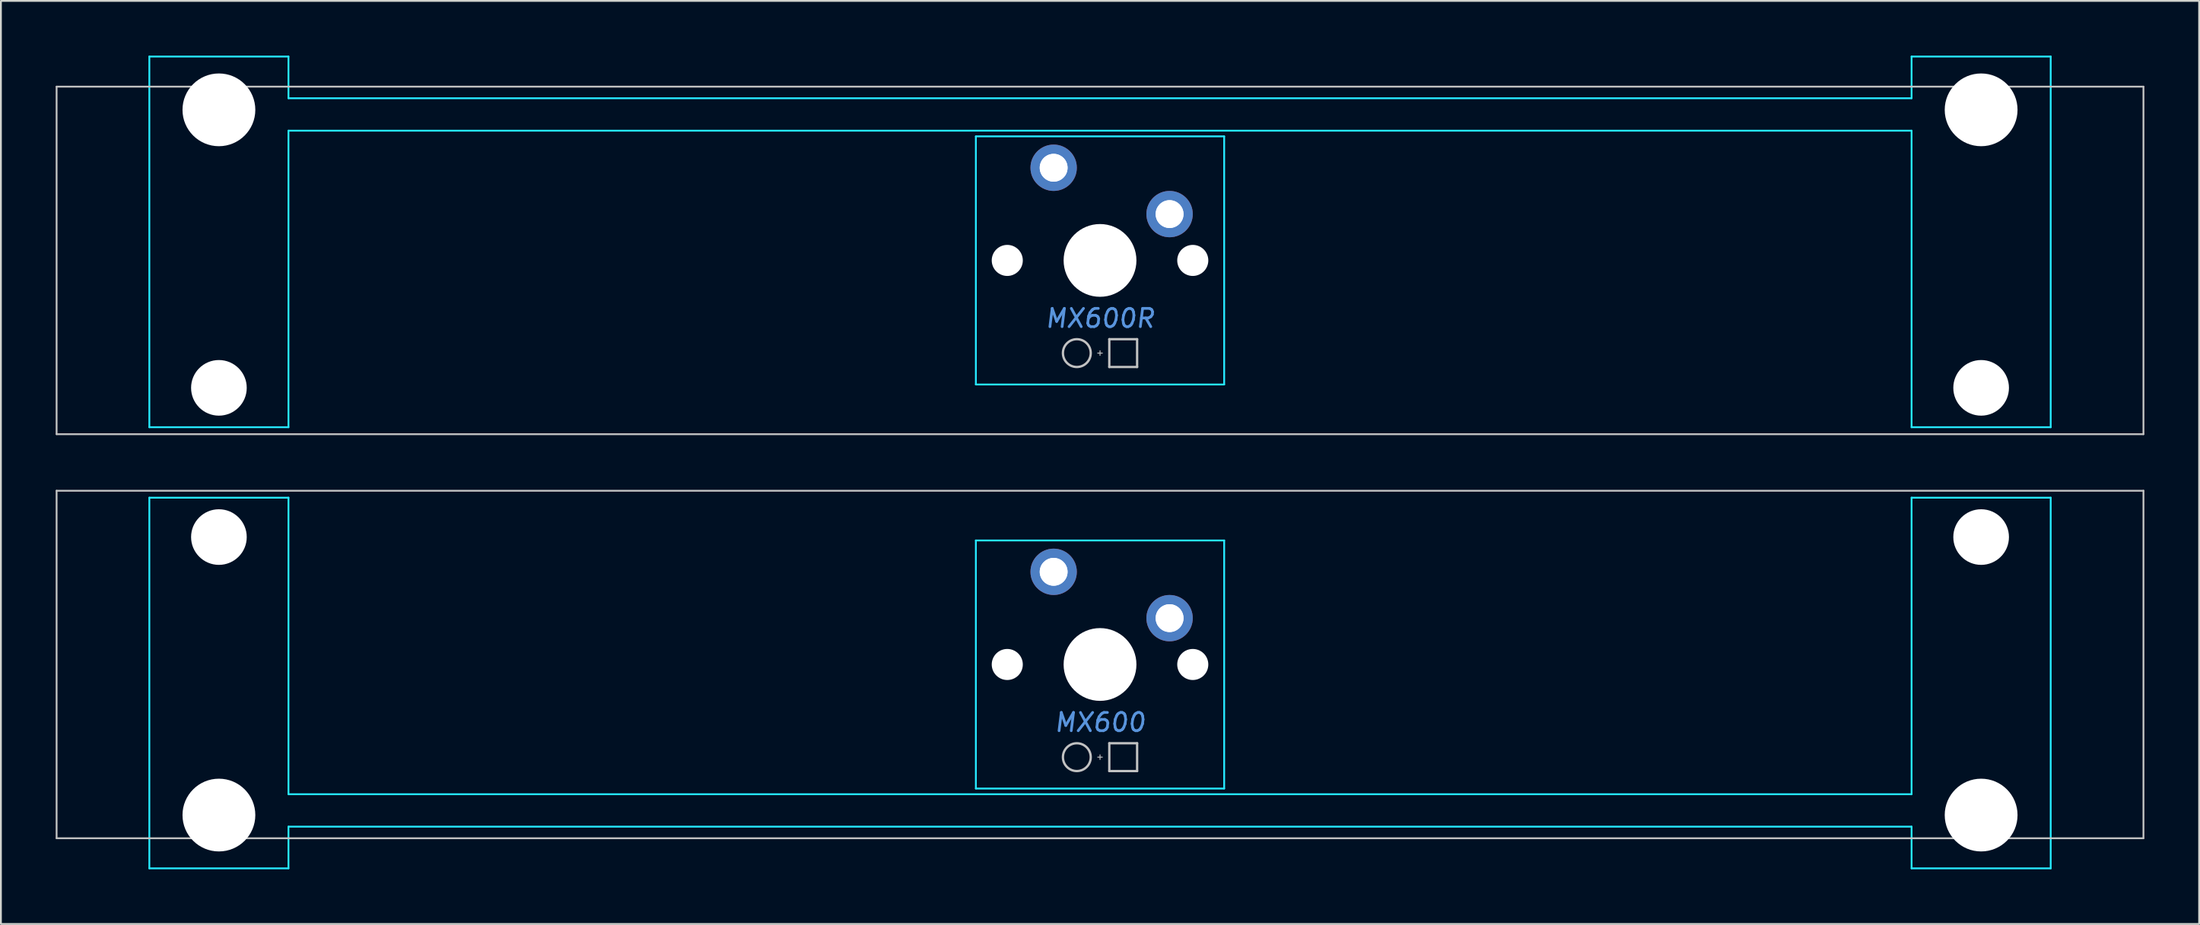
<source format=kicad_pcb>
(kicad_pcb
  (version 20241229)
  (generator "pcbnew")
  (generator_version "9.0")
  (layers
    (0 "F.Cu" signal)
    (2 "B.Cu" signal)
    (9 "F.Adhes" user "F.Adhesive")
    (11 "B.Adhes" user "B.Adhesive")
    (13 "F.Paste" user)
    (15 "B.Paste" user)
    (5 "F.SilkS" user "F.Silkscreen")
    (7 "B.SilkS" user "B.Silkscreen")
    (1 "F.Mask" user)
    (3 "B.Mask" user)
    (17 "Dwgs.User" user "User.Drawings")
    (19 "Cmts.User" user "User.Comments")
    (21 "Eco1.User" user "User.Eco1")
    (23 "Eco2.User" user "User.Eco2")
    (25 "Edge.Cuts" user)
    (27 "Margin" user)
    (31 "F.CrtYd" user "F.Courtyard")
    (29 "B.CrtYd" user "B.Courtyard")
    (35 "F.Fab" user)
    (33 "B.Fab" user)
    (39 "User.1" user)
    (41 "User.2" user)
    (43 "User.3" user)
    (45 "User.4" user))
  (footprint "MX600"
    (layer "F.Cu")
    (at 57.2 33.376)
    (property "Reference" "MX600" (at 0 3.175 0) (layer "Cmts.User") (effects (font (size 1 1) (thickness 0.15) (italic yes))))
    (attr through_hole)
    (fp_line (start -57.15 -9.525) (end -57.15 9.525) (stroke (width 0.1) (type solid)) (layer "Dwgs.User"))
    (fp_line (start -57.15 -9.525) (end 57.15 -9.525) (stroke (width 0.1) (type solid)) (layer "Dwgs.User"))
    (fp_line (start -57.15 9.525) (end 57.15 9.525) (stroke (width 0.1) (type solid)) (layer "Dwgs.User"))
    (fp_line (start -0.127 5.08) (end 0.127 5.08) (stroke (width 0.051) (type solid)) (layer "Dwgs.User"))
    (fp_line (start 0 5.207) (end 0 4.953) (stroke (width 0.051) (type solid)) (layer "Dwgs.User"))
    (fp_line (start 0.508 4.318) (end 0.508 5.842) (stroke (width 0.127) (type solid)) (layer "Dwgs.User"))
    (fp_line (start 0.508 4.318) (end 2.032 4.318) (stroke (width 0.127) (type solid)) (layer "Dwgs.User"))
    (fp_line (start 0.508 5.842) (end 2.032 5.842) (stroke (width 0.127) (type solid)) (layer "Dwgs.User"))
    (fp_line (start 2.032 5.842) (end 2.032 4.318) (stroke (width 0.127) (type solid)) (layer "Dwgs.User"))
    (fp_line (start 57.15 -9.525) (end 57.15 9.525) (stroke (width 0.1) (type solid)) (layer "Dwgs.User"))
    (fp_circle (center -1.27 5.08) (end -0.508 5.08) (stroke (width 0.127) (type solid)) (fill no) (layer "Dwgs.User"))
    (fp_line (start -52.07 -9.144) (end -52.07 11.176) (stroke (width 0.1) (type solid)) (layer "B.CrtYd"))
    (fp_line (start -52.07 -9.144) (end -44.45 -9.144) (stroke (width 0.1) (type solid)) (layer "B.CrtYd"))
    (fp_line (start -52.07 11.176) (end -44.45 11.176) (stroke (width 0.1) (type solid)) (layer "B.CrtYd"))
    (fp_line (start -44.45 7.112) (end -44.45 -9.144) (stroke (width 0.1) (type solid)) (layer "B.CrtYd"))
    (fp_line (start -44.45 7.112) (end 44.45 7.112) (stroke (width 0.1) (type solid)) (layer "B.CrtYd"))
    (fp_line (start -44.45 8.89) (end -44.45 11.176) (stroke (width 0.1) (type solid)) (layer "B.CrtYd"))
    (fp_line (start -44.45 8.89) (end 44.45 8.89) (stroke (width 0.1) (type solid)) (layer "B.CrtYd"))
    (fp_line (start -6.8 -6.8) (end -6.8 6.8) (stroke (width 0.1) (type solid)) (layer "B.CrtYd"))
    (fp_line (start -6.8 -6.8) (end 6.8 -6.8) (stroke (width 0.1) (type solid)) (layer "B.CrtYd"))
    (fp_line (start -6.8 6.8) (end 6.8 6.8) (stroke (width 0.1) (type solid)) (layer "B.CrtYd"))
    (fp_line (start 6.8 6.8) (end 6.8 -6.8) (stroke (width 0.1) (type solid)) (layer "B.CrtYd"))
    (fp_line (start 44.45 -9.144) (end 52.07 -9.144) (stroke (width 0.1) (type solid)) (layer "B.CrtYd"))
    (fp_line (start 44.45 7.112) (end 44.45 -9.144) (stroke (width 0.1) (type solid)) (layer "B.CrtYd"))
    (fp_line (start 44.45 8.89) (end 44.45 11.176) (stroke (width 0.1) (type solid)) (layer "B.CrtYd"))
    (fp_line (start 44.45 11.176) (end 52.07 11.176) (stroke (width 0.1) (type solid)) (layer "B.CrtYd"))
    (fp_line (start 52.07 -9.144) (end 52.07 11.176) (stroke (width 0.1) (type solid)) (layer "B.CrtYd"))
    (pad "" np_thru_hole circle (at -48.26 -6.985 180) (size 3.048 3.048) (drill 3.048) (layers "*.Cu" "*.Mask"))
    (pad "" np_thru_hole circle (at -48.26 8.255 180) (size 3.988 3.988) (drill 3.988) (layers "*.Cu" "*.Mask"))
    (pad "" np_thru_hole circle (at -5.08 0) (size 1.702 1.702) (drill 1.702) (layers "*.Cu" "*.Mask"))
    (pad "" connect circle (at -2.54 -5.08) (size 1.524 1.524) (layers "B.Mask"))
    (pad "" np_thru_hole circle (at 0 0) (size 3.988 3.988) (drill 3.988) (layers "*.Cu" "*.Mask"))
    (pad "" connect circle (at 3.81 -2.54) (size 1.524 1.524) (layers "B.Mask"))
    (pad "" np_thru_hole circle (at 5.08 0) (size 1.702 1.702) (drill 1.702) (layers "*.Cu" "*.Mask"))
    (pad "" np_thru_hole circle (at 48.26 -6.985 180) (size 3.048 3.048) (drill 3.048) (layers "*.Cu" "*.Mask"))
    (pad "" np_thru_hole circle (at 48.26 8.255 180) (size 3.988 3.988) (drill 3.988) (layers "*.Cu" "*.Mask"))
    (pad "1" thru_hole circle (at -2.54 -5.08) (size 2.032 2.032) (drill 1.524) (layers "B.Cu"))
    (pad "1" thru_hole circle (at -2.54 -5.08) (size 2.54 2.54) (drill 1.524) (layers "F.Cu" "F.Mask"))
    (pad "2" thru_hole circle (at 3.81 -2.54) (size 2.032 2.032) (drill 1.524) (layers "B.Cu"))
    (pad "2" thru_hole circle (at 3.81 -2.54) (size 2.54 2.54) (drill 1.524) (layers "F.Cu" "F.Mask")))
  (footprint "MX600R"
    (layer "F.Cu")
    (at 57.2 11.226)
    (property "Reference" "MX600R" (at 0 3.175 0) (layer "Cmts.User") (effects (font (size 1 1) (thickness 0.15) (italic yes))))
    (attr through_hole)
    (fp_line (start -57.15 -9.525) (end -57.15 9.525) (stroke (width 0.1) (type solid)) (layer "Dwgs.User"))
    (fp_line (start -57.15 -9.525) (end 57.15 -9.525) (stroke (width 0.1) (type solid)) (layer "Dwgs.User"))
    (fp_line (start -57.15 9.525) (end 57.15 9.525) (stroke (width 0.1) (type solid)) (layer "Dwgs.User"))
    (fp_line (start -0.127 5.08) (end 0.127 5.08) (stroke (width 0.051) (type solid)) (layer "Dwgs.User"))
    (fp_line (start 0 5.207) (end 0 4.953) (stroke (width 0.051) (type solid)) (layer "Dwgs.User"))
    (fp_line (start 0.508 4.318) (end 0.508 5.842) (stroke (width 0.127) (type solid)) (layer "Dwgs.User"))
    (fp_line (start 0.508 4.318) (end 2.032 4.318) (stroke (width 0.127) (type solid)) (layer "Dwgs.User"))
    (fp_line (start 0.508 5.842) (end 2.032 5.842) (stroke (width 0.127) (type solid)) (layer "Dwgs.User"))
    (fp_line (start 2.032 5.842) (end 2.032 4.318) (stroke (width 0.127) (type solid)) (layer "Dwgs.User"))
    (fp_line (start 57.15 -9.525) (end 57.15 9.525) (stroke (width 0.1) (type solid)) (layer "Dwgs.User"))
    (fp_circle (center -1.27 5.08) (end -0.508 5.08) (stroke (width 0.127) (type solid)) (fill no) (layer "Dwgs.User"))
    (fp_line (start -52.07 9.144) (end -52.07 -11.176) (stroke (width 0.1) (type solid)) (layer "B.CrtYd"))
    (fp_line (start -44.45 -11.176) (end -52.07 -11.176) (stroke (width 0.1) (type solid)) (layer "B.CrtYd"))
    (fp_line (start -44.45 -8.89) (end -44.45 -11.176) (stroke (width 0.1) (type solid)) (layer "B.CrtYd"))
    (fp_line (start -44.45 -7.112) (end -44.45 9.144) (stroke (width 0.1) (type solid)) (layer "B.CrtYd"))
    (fp_line (start -44.45 9.144) (end -52.07 9.144) (stroke (width 0.1) (type solid)) (layer "B.CrtYd"))
    (fp_line (start -6.8 -6.8) (end -6.8 6.8) (stroke (width 0.1) (type solid)) (layer "B.CrtYd"))
    (fp_line (start -6.8 -6.8) (end 6.8 -6.8) (stroke (width 0.1) (type solid)) (layer "B.CrtYd"))
    (fp_line (start -6.8 6.8) (end 6.8 6.8) (stroke (width 0.1) (type solid)) (layer "B.CrtYd"))
    (fp_line (start 6.8 6.8) (end 6.8 -6.8) (stroke (width 0.1) (type solid)) (layer "B.CrtYd"))
    (fp_line (start 44.45 -8.89) (end -44.45 -8.89) (stroke (width 0.1) (type solid)) (layer "B.CrtYd"))
    (fp_line (start 44.45 -8.89) (end 44.45 -11.176) (stroke (width 0.1) (type solid)) (layer "B.CrtYd"))
    (fp_line (start 44.45 -7.112) (end -44.45 -7.112) (stroke (width 0.1) (type solid)) (layer "B.CrtYd"))
    (fp_line (start 44.45 -7.112) (end 44.45 9.144) (stroke (width 0.1) (type solid)) (layer "B.CrtYd"))
    (fp_line (start 52.07 -11.176) (end 44.45 -11.176) (stroke (width 0.1) (type solid)) (layer "B.CrtYd"))
    (fp_line (start 52.07 9.144) (end 44.45 9.144) (stroke (width 0.1) (type solid)) (layer "B.CrtYd"))
    (fp_line (start 52.07 9.144) (end 52.07 -11.176) (stroke (width 0.1) (type solid)) (layer "B.CrtYd"))
    (pad "" np_thru_hole circle (at -48.26 -8.255) (size 3.988 3.988) (drill 3.988) (layers "*.Cu" "*.Mask"))
    (pad "" np_thru_hole circle (at -48.26 6.985) (size 3.048 3.048) (drill 3.048) (layers "*.Cu" "*.Mask"))
    (pad "" np_thru_hole circle (at -5.08 0) (size 1.702 1.702) (drill 1.702) (layers "*.Cu" "*.Mask"))
    (pad "" connect circle (at -2.54 -5.08) (size 1.524 1.524) (layers "B.Mask"))
    (pad "" np_thru_hole circle (at 0 0) (size 3.988 3.988) (drill 3.988) (layers "*.Cu" "*.Mask"))
    (pad "" connect circle (at 3.81 -2.54) (size 1.524 1.524) (layers "B.Mask"))
    (pad "" np_thru_hole circle (at 5.08 0) (size 1.702 1.702) (drill 1.702) (layers "*.Cu" "*.Mask"))
    (pad "" np_thru_hole circle (at 48.26 -8.255) (size 3.988 3.988) (drill 3.988) (layers "*.Cu" "*.Mask"))
    (pad "" np_thru_hole circle (at 48.26 6.985) (size 3.048 3.048) (drill 3.048) (layers "*.Cu" "*.Mask"))
    (pad "1" thru_hole circle (at -2.54 -5.08) (size 2.032 2.032) (drill 1.524) (layers "B.Cu"))
    (pad "1" thru_hole circle (at -2.54 -5.08) (size 2.54 2.54) (drill 1.524) (layers "F.Cu" "F.Mask"))
    (pad "2" thru_hole circle (at 3.81 -2.54) (size 2.032 2.032) (drill 1.524) (layers "B.Cu"))
    (pad "2" thru_hole circle (at 3.81 -2.54) (size 2.54 2.54) (drill 1.524) (layers "F.Cu" "F.Mask")))
  (gr_rect
    (start -3 -3)
    (end 117.4 47.602)
    (stroke (width 0.1) (type default))
    (fill no)
    (layer "Edge.Cuts")))
</source>
